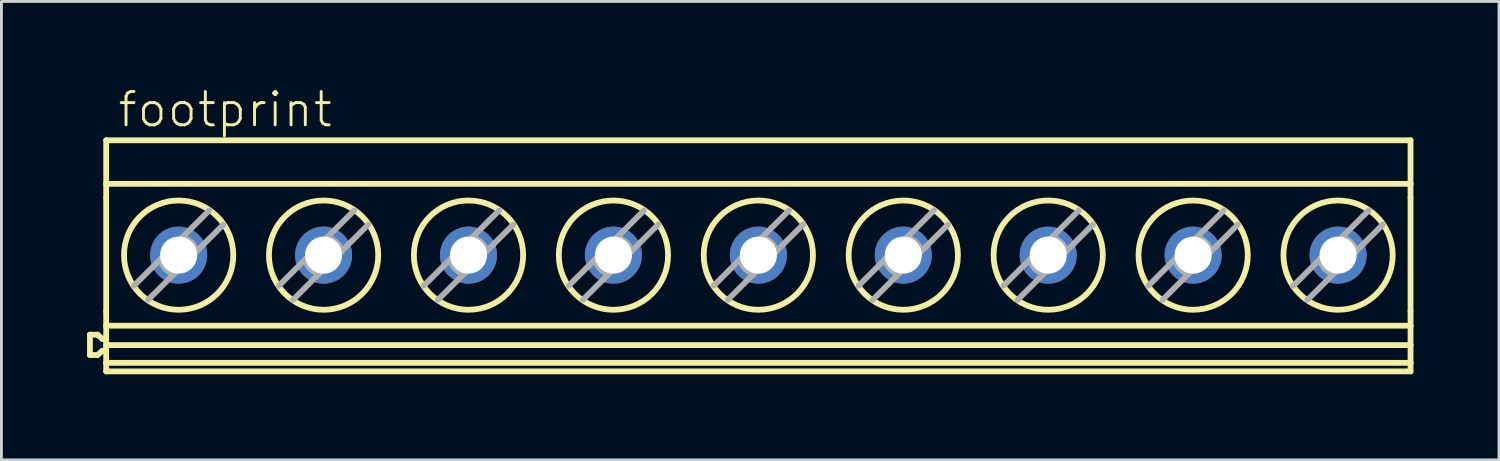
<source format=kicad_pcb>
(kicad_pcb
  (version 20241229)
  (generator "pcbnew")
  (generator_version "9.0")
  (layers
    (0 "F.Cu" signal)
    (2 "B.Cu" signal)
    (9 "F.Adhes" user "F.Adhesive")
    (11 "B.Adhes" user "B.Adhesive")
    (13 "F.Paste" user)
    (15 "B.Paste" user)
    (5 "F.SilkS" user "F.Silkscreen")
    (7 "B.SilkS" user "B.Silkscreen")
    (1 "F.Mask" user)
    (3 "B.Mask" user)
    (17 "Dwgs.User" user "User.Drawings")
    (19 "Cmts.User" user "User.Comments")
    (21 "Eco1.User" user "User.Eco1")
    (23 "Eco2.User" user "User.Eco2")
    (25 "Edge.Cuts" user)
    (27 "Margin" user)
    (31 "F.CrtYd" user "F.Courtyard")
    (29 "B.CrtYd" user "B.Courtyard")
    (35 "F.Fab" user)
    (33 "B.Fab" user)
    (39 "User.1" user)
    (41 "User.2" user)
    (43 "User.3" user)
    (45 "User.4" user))
  (footprint "footprint"
    (layer "F.Cu")
    (at 23.553 5.918)
    (property "Reference" "footprint" (at -22.531 -4.445 0) (layer "F.SilkS") (effects (font (size 1.168 1.168) (thickness 0.102)) (justify left bottom)))
    (fp_line (start -23.451 2.763) (end -23.451 3.477) (stroke (width 0.203) (type solid)) (layer "F.SilkS"))
    (fp_line (start -23.451 2.763) (end -23.188 2.763) (stroke (width 0.203) (type solid)) (layer "F.SilkS"))
    (fp_line (start -23.451 3.477) (end -23.188 3.477) (stroke (width 0.203) (type solid)) (layer "F.SilkS"))
    (fp_line (start -23.188 2.763) (end -23.01 2.913) (stroke (width 0.203) (type solid)) (layer "F.SilkS"))
    (fp_line (start -23.01 2.913) (end -22.881 2.913) (stroke (width 0.203) (type solid)) (layer "F.SilkS"))
    (fp_line (start -23.01 3.327) (end -23.188 3.477) (stroke (width 0.203) (type solid)) (layer "F.SilkS"))
    (fp_line (start -22.881 -4.05) (end 22.839 -4.05) (stroke (width 0.203) (type solid)) (layer "F.SilkS"))
    (fp_line (start -22.881 -2.524) (end -22.881 -4.05) (stroke (width 0.203) (type solid)) (layer "F.SilkS"))
    (fp_line (start -22.881 -2.524) (end -22.881 -2.041) (stroke (width 0.203) (type solid)) (layer "F.SilkS"))
    (fp_line (start -22.881 -2.524) (end 22.839 -2.524) (stroke (width 0.203) (type solid)) (layer "F.SilkS"))
    (fp_line (start -22.881 1.956) (end -22.881 -2.041) (stroke (width 0.203) (type solid)) (layer "F.SilkS"))
    (fp_line (start -22.881 1.956) (end -22.881 2.448) (stroke (width 0.203) (type solid)) (layer "F.SilkS"))
    (fp_line (start -22.881 2.913) (end -22.881 2.448) (stroke (width 0.203) (type solid)) (layer "F.SilkS"))
    (fp_line (start -22.881 3.128) (end -22.881 2.913) (stroke (width 0.203) (type solid)) (layer "F.SilkS"))
    (fp_line (start -22.881 3.128) (end 22.839 3.128) (stroke (width 0.203) (type solid)) (layer "F.SilkS"))
    (fp_line (start -22.881 3.327) (end -23.01 3.327) (stroke (width 0.203) (type solid)) (layer "F.SilkS"))
    (fp_line (start -22.881 3.327) (end -22.881 3.128) (stroke (width 0.203) (type solid)) (layer "F.SilkS"))
    (fp_line (start -22.881 3.75) (end -22.881 3.327) (stroke (width 0.203) (type solid)) (layer "F.SilkS"))
    (fp_line (start -22.881 3.75) (end -22.881 4.05) (stroke (width 0.203) (type solid)) (layer "F.SilkS"))
    (fp_line (start -22.881 4.05) (end 22.839 4.05) (stroke (width 0.203) (type solid)) (layer "F.SilkS"))
    (fp_line (start 22.839 -2.524) (end 22.839 -4.05) (stroke (width 0.203) (type solid)) (layer "F.SilkS"))
    (fp_line (start 22.839 -2.524) (end 22.839 -2.041) (stroke (width 0.203) (type solid)) (layer "F.SilkS"))
    (fp_line (start 22.839 1.956) (end 22.839 -2.041) (stroke (width 0.203) (type solid)) (layer "F.SilkS"))
    (fp_line (start 22.839 1.956) (end 22.839 2.448) (stroke (width 0.203) (type solid)) (layer "F.SilkS"))
    (fp_line (start 22.839 2.448) (end -22.881 2.448) (stroke (width 0.203) (type solid)) (layer "F.SilkS"))
    (fp_line (start 22.839 3.128) (end 22.839 2.448) (stroke (width 0.203) (type solid)) (layer "F.SilkS"))
    (fp_line (start 22.839 3.75) (end -22.881 3.75) (stroke (width 0.203) (type solid)) (layer "F.SilkS"))
    (fp_line (start 22.839 3.75) (end 22.839 3.128) (stroke (width 0.203) (type solid)) (layer "F.SilkS"))
    (fp_line (start 22.839 3.75) (end 22.839 4.05) (stroke (width 0.203) (type solid)) (layer "F.SilkS"))
    (fp_circle (center -20.341 -0.025) (end -18.426 -0.025) (stroke (width 0.203) (type solid)) (fill no) (layer "F.SilkS"))
    (fp_circle (center -15.261 -0.025) (end -13.346 -0.025) (stroke (width 0.203) (type solid)) (fill no) (layer "F.SilkS"))
    (fp_circle (center -10.181 -0.025) (end -8.266 -0.025) (stroke (width 0.203) (type solid)) (fill no) (layer "F.SilkS"))
    (fp_circle (center -5.101 -0.025) (end -3.186 -0.025) (stroke (width 0.203) (type solid)) (fill no) (layer "F.SilkS"))
    (fp_circle (center -0.021 -0.025) (end 1.894 -0.025) (stroke (width 0.203) (type solid)) (fill no) (layer "F.SilkS"))
    (fp_circle (center 5.059 -0.025) (end 6.974 -0.025) (stroke (width 0.203) (type solid)) (fill no) (layer "F.SilkS"))
    (fp_circle (center 10.139 -0.025) (end 12.054 -0.025) (stroke (width 0.203) (type solid)) (fill no) (layer "F.SilkS"))
    (fp_circle (center 15.219 -0.025) (end 17.134 -0.025) (stroke (width 0.203) (type solid)) (fill no) (layer "F.SilkS"))
    (fp_circle (center 20.299 -0.025) (end 22.214 -0.025) (stroke (width 0.203) (type solid)) (fill no) (layer "F.SilkS"))
    (fp_line (start -21.909 1.048) (end -20.98 0.119) (stroke (width 0.203) (type solid)) (layer "F.Fab"))
    (fp_line (start -20.98 0.119) (end -20.341 -0.52) (stroke (width 0.203) (type solid)) (layer "F.Fab"))
    (fp_line (start -20.501 0.63) (end -21.414 1.543) (stroke (width 0.203) (type solid)) (layer "F.Fab"))
    (fp_line (start -20.341 -0.52) (end -20.222 -0.639) (stroke (width 0.203) (type solid)) (layer "F.Fab"))
    (fp_line (start -20.341 0.47) (end -20.501 0.63) (stroke (width 0.203) (type solid)) (layer "F.Fab"))
    (fp_line (start -20.222 -0.639) (end -19.268 -1.593) (stroke (width 0.203) (type solid)) (layer "F.Fab"))
    (fp_line (start -19.711 -0.16) (end -20.341 0.47) (stroke (width 0.203) (type solid)) (layer "F.Fab"))
    (fp_line (start -18.773 -1.098) (end -19.711 -0.16) (stroke (width 0.203) (type solid)) (layer "F.Fab"))
    (fp_line (start -16.829 1.048) (end -15.9 0.119) (stroke (width 0.203) (type solid)) (layer "F.Fab"))
    (fp_line (start -15.9 0.119) (end -15.261 -0.52) (stroke (width 0.203) (type solid)) (layer "F.Fab"))
    (fp_line (start -15.421 0.63) (end -16.334 1.543) (stroke (width 0.203) (type solid)) (layer "F.Fab"))
    (fp_line (start -15.261 -0.52) (end -15.142 -0.639) (stroke (width 0.203) (type solid)) (layer "F.Fab"))
    (fp_line (start -15.261 0.47) (end -15.421 0.63) (stroke (width 0.203) (type solid)) (layer "F.Fab"))
    (fp_line (start -15.142 -0.639) (end -14.188 -1.593) (stroke (width 0.203) (type solid)) (layer "F.Fab"))
    (fp_line (start -14.631 -0.16) (end -15.261 0.47) (stroke (width 0.203) (type solid)) (layer "F.Fab"))
    (fp_line (start -13.693 -1.098) (end -14.631 -0.16) (stroke (width 0.203) (type solid)) (layer "F.Fab"))
    (fp_line (start -11.749 1.048) (end -10.82 0.119) (stroke (width 0.203) (type solid)) (layer "F.Fab"))
    (fp_line (start -10.82 0.119) (end -10.181 -0.52) (stroke (width 0.203) (type solid)) (layer "F.Fab"))
    (fp_line (start -10.341 0.63) (end -11.254 1.543) (stroke (width 0.203) (type solid)) (layer "F.Fab"))
    (fp_line (start -10.181 -0.52) (end -10.062 -0.639) (stroke (width 0.203) (type solid)) (layer "F.Fab"))
    (fp_line (start -10.181 0.47) (end -10.341 0.63) (stroke (width 0.203) (type solid)) (layer "F.Fab"))
    (fp_line (start -10.062 -0.639) (end -9.108 -1.593) (stroke (width 0.203) (type solid)) (layer "F.Fab"))
    (fp_line (start -9.551 -0.16) (end -10.181 0.47) (stroke (width 0.203) (type solid)) (layer "F.Fab"))
    (fp_line (start -8.613 -1.098) (end -9.551 -0.16) (stroke (width 0.203) (type solid)) (layer "F.Fab"))
    (fp_line (start -6.669 1.048) (end -5.74 0.119) (stroke (width 0.203) (type solid)) (layer "F.Fab"))
    (fp_line (start -5.74 0.119) (end -5.101 -0.52) (stroke (width 0.203) (type solid)) (layer "F.Fab"))
    (fp_line (start -5.261 0.63) (end -6.174 1.543) (stroke (width 0.203) (type solid)) (layer "F.Fab"))
    (fp_line (start -5.101 -0.52) (end -4.982 -0.639) (stroke (width 0.203) (type solid)) (layer "F.Fab"))
    (fp_line (start -5.101 0.47) (end -5.261 0.63) (stroke (width 0.203) (type solid)) (layer "F.Fab"))
    (fp_line (start -4.982 -0.639) (end -4.028 -1.593) (stroke (width 0.203) (type solid)) (layer "F.Fab"))
    (fp_line (start -4.471 -0.16) (end -5.101 0.47) (stroke (width 0.203) (type solid)) (layer "F.Fab"))
    (fp_line (start -3.533 -1.098) (end -4.471 -0.16) (stroke (width 0.203) (type solid)) (layer "F.Fab"))
    (fp_line (start -1.589 1.048) (end -0.66 0.119) (stroke (width 0.203) (type solid)) (layer "F.Fab"))
    (fp_line (start -0.66 0.119) (end -0.021 -0.52) (stroke (width 0.203) (type solid)) (layer "F.Fab"))
    (fp_line (start -0.181 0.63) (end -1.094 1.543) (stroke (width 0.203) (type solid)) (layer "F.Fab"))
    (fp_line (start -0.021 -0.52) (end 0.098 -0.639) (stroke (width 0.203) (type solid)) (layer "F.Fab"))
    (fp_line (start -0.021 0.47) (end -0.181 0.63) (stroke (width 0.203) (type solid)) (layer "F.Fab"))
    (fp_line (start 0.098 -0.639) (end 1.052 -1.593) (stroke (width 0.203) (type solid)) (layer "F.Fab"))
    (fp_line (start 0.609 -0.16) (end -0.021 0.47) (stroke (width 0.203) (type solid)) (layer "F.Fab"))
    (fp_line (start 1.547 -1.098) (end 0.609 -0.16) (stroke (width 0.203) (type solid)) (layer "F.Fab"))
    (fp_line (start 3.491 1.048) (end 4.42 0.119) (stroke (width 0.203) (type solid)) (layer "F.Fab"))
    (fp_line (start 4.42 0.119) (end 5.059 -0.52) (stroke (width 0.203) (type solid)) (layer "F.Fab"))
    (fp_line (start 4.899 0.63) (end 3.986 1.543) (stroke (width 0.203) (type solid)) (layer "F.Fab"))
    (fp_line (start 5.059 -0.52) (end 5.178 -0.639) (stroke (width 0.203) (type solid)) (layer "F.Fab"))
    (fp_line (start 5.059 0.47) (end 4.899 0.63) (stroke (width 0.203) (type solid)) (layer "F.Fab"))
    (fp_line (start 5.178 -0.639) (end 6.132 -1.593) (stroke (width 0.203) (type solid)) (layer "F.Fab"))
    (fp_line (start 5.689 -0.16) (end 5.059 0.47) (stroke (width 0.203) (type solid)) (layer "F.Fab"))
    (fp_line (start 6.627 -1.098) (end 5.689 -0.16) (stroke (width 0.203) (type solid)) (layer "F.Fab"))
    (fp_line (start 8.571 1.048) (end 9.5 0.119) (stroke (width 0.203) (type solid)) (layer "F.Fab"))
    (fp_line (start 9.5 0.119) (end 10.139 -0.52) (stroke (width 0.203) (type solid)) (layer "F.Fab"))
    (fp_line (start 9.979 0.63) (end 9.066 1.543) (stroke (width 0.203) (type solid)) (layer "F.Fab"))
    (fp_line (start 10.139 -0.52) (end 10.258 -0.639) (stroke (width 0.203) (type solid)) (layer "F.Fab"))
    (fp_line (start 10.139 0.47) (end 9.979 0.63) (stroke (width 0.203) (type solid)) (layer "F.Fab"))
    (fp_line (start 10.258 -0.639) (end 11.212 -1.593) (stroke (width 0.203) (type solid)) (layer "F.Fab"))
    (fp_line (start 10.769 -0.16) (end 10.139 0.47) (stroke (width 0.203) (type solid)) (layer "F.Fab"))
    (fp_line (start 11.707 -1.098) (end 10.769 -0.16) (stroke (width 0.203) (type solid)) (layer "F.Fab"))
    (fp_line (start 13.651 1.048) (end 14.58 0.119) (stroke (width 0.203) (type solid)) (layer "F.Fab"))
    (fp_line (start 14.58 0.119) (end 15.219 -0.52) (stroke (width 0.203) (type solid)) (layer "F.Fab"))
    (fp_line (start 15.059 0.63) (end 14.146 1.543) (stroke (width 0.203) (type solid)) (layer "F.Fab"))
    (fp_line (start 15.219 -0.52) (end 15.338 -0.639) (stroke (width 0.203) (type solid)) (layer "F.Fab"))
    (fp_line (start 15.219 0.47) (end 15.059 0.63) (stroke (width 0.203) (type solid)) (layer "F.Fab"))
    (fp_line (start 15.338 -0.639) (end 16.292 -1.593) (stroke (width 0.203) (type solid)) (layer "F.Fab"))
    (fp_line (start 15.849 -0.16) (end 15.219 0.47) (stroke (width 0.203) (type solid)) (layer "F.Fab"))
    (fp_line (start 16.787 -1.098) (end 15.849 -0.16) (stroke (width 0.203) (type solid)) (layer "F.Fab"))
    (fp_line (start 18.731 1.048) (end 19.66 0.119) (stroke (width 0.203) (type solid)) (layer "F.Fab"))
    (fp_line (start 19.66 0.119) (end 20.299 -0.52) (stroke (width 0.203) (type solid)) (layer "F.Fab"))
    (fp_line (start 20.139 0.63) (end 19.226 1.543) (stroke (width 0.203) (type solid)) (layer "F.Fab"))
    (fp_line (start 20.299 -0.52) (end 20.418 -0.639) (stroke (width 0.203) (type solid)) (layer "F.Fab"))
    (fp_line (start 20.299 0.47) (end 20.139 0.63) (stroke (width 0.203) (type solid)) (layer "F.Fab"))
    (fp_line (start 20.418 -0.639) (end 21.372 -1.593) (stroke (width 0.203) (type solid)) (layer "F.Fab"))
    (fp_line (start 20.929 -0.16) (end 20.299 0.47) (stroke (width 0.203) (type solid)) (layer "F.Fab"))
    (fp_line (start 21.867 -1.098) (end 20.929 -0.16) (stroke (width 0.203) (type solid)) (layer "F.Fab"))
    (fp_arc (start -20.501099 0.63) (mid -20.815315 0.444537) (end -20.9801 0.119) (stroke (width 0.2032) (type solid)) (layer "F.Fab"))
    (fp_arc (start -20.2221 -0.639) (mid -19.896563 -0.474216) (end -19.7111 -0.16) (stroke (width 0.2032) (type solid)) (layer "F.Fab"))
    (fp_arc (start -15.421099 0.63) (mid -15.735315 0.444537) (end -15.9001 0.119) (stroke (width 0.2032) (type solid)) (layer "F.Fab"))
    (fp_arc (start -15.1421 -0.639) (mid -14.816563 -0.474216) (end -14.6311 -0.16) (stroke (width 0.2032) (type solid)) (layer "F.Fab"))
    (fp_arc (start -10.341099 0.63) (mid -10.655315 0.444537) (end -10.8201 0.119) (stroke (width 0.2032) (type solid)) (layer "F.Fab"))
    (fp_arc (start -10.0621 -0.639) (mid -9.736563 -0.474216) (end -9.5511 -0.16) (stroke (width 0.2032) (type solid)) (layer "F.Fab"))
    (fp_arc (start -5.261099 0.63) (mid -5.575315 0.444537) (end -5.7401 0.119) (stroke (width 0.2032) (type solid)) (layer "F.Fab"))
    (fp_arc (start -4.9821 -0.639) (mid -4.656563 -0.474216) (end -4.4711 -0.16) (stroke (width 0.2032) (type solid)) (layer "F.Fab"))
    (fp_arc (start -0.181099 0.63) (mid -0.495315 0.444537) (end -0.6601 0.119) (stroke (width 0.2032) (type solid)) (layer "F.Fab"))
    (fp_arc (start 0.0979 -0.639) (mid 0.423437 -0.474216) (end 0.6089 -0.16) (stroke (width 0.2032) (type solid)) (layer "F.Fab"))
    (fp_arc (start 4.8989 0.629999) (mid 4.584684 0.444536) (end 4.4199 0.119) (stroke (width 0.2032) (type solid)) (layer "F.Fab"))
    (fp_arc (start 5.1779 -0.639001) (mid 5.503437 -0.474216) (end 5.6889 -0.16) (stroke (width 0.2032) (type solid)) (layer "F.Fab"))
    (fp_arc (start 9.9789 0.629999) (mid 9.664684 0.444536) (end 9.4999 0.119) (stroke (width 0.2032) (type solid)) (layer "F.Fab"))
    (fp_arc (start 10.2579 -0.639001) (mid 10.583437 -0.474216) (end 10.7689 -0.16) (stroke (width 0.2032) (type solid)) (layer "F.Fab"))
    (fp_arc (start 15.0589 0.629999) (mid 14.744684 0.444536) (end 14.5799 0.119) (stroke (width 0.2032) (type solid)) (layer "F.Fab"))
    (fp_arc (start 15.3379 -0.639001) (mid 15.663437 -0.474216) (end 15.8489 -0.16) (stroke (width 0.2032) (type solid)) (layer "F.Fab"))
    (fp_arc (start 20.1389 0.629999) (mid 19.824684 0.444536) (end 19.6599 0.119) (stroke (width 0.2032) (type solid)) (layer "F.Fab"))
    (fp_arc (start 20.4179 -0.639001) (mid 20.743437 -0.474216) (end 20.9289 -0.16) (stroke (width 0.2032) (type solid)) (layer "F.Fab"))
    (pad "1" thru_hole circle (at -20.341 -0.025) (size 2 2) (drill 1.3) (layers "*.Cu" "*.Mask"))
    (pad "2" thru_hole circle (at -15.261 -0.025) (size 2 2) (drill 1.3) (layers "*.Cu" "*.Mask"))
    (pad "3" thru_hole circle (at -10.181 -0.025) (size 2 2) (drill 1.3) (layers "*.Cu" "*.Mask"))
    (pad "4" thru_hole circle (at -5.101 -0.025) (size 2 2) (drill 1.3) (layers "*.Cu" "*.Mask"))
    (pad "5" thru_hole circle (at -0.021 -0.025) (size 2 2) (drill 1.3) (layers "*.Cu" "*.Mask"))
    (pad "6" thru_hole circle (at 5.059 -0.025) (size 2 2) (drill 1.3) (layers "*.Cu" "*.Mask"))
    (pad "7" thru_hole circle (at 10.139 -0.025) (size 2 2) (drill 1.3) (layers "*.Cu" "*.Mask"))
    (pad "8" thru_hole circle (at 15.219 -0.025) (size 2 2) (drill 1.3) (layers "*.Cu" "*.Mask"))
    (pad "9" thru_hole circle (at 20.299 -0.025) (size 2 2) (drill 1.3) (layers "*.Cu" "*.Mask")))
  (gr_rect
    (start -3 -3)
    (end 49.493 13.07)
    (stroke (width 0.1) (type default))
    (fill no)
    (layer "Edge.Cuts")))
</source>
